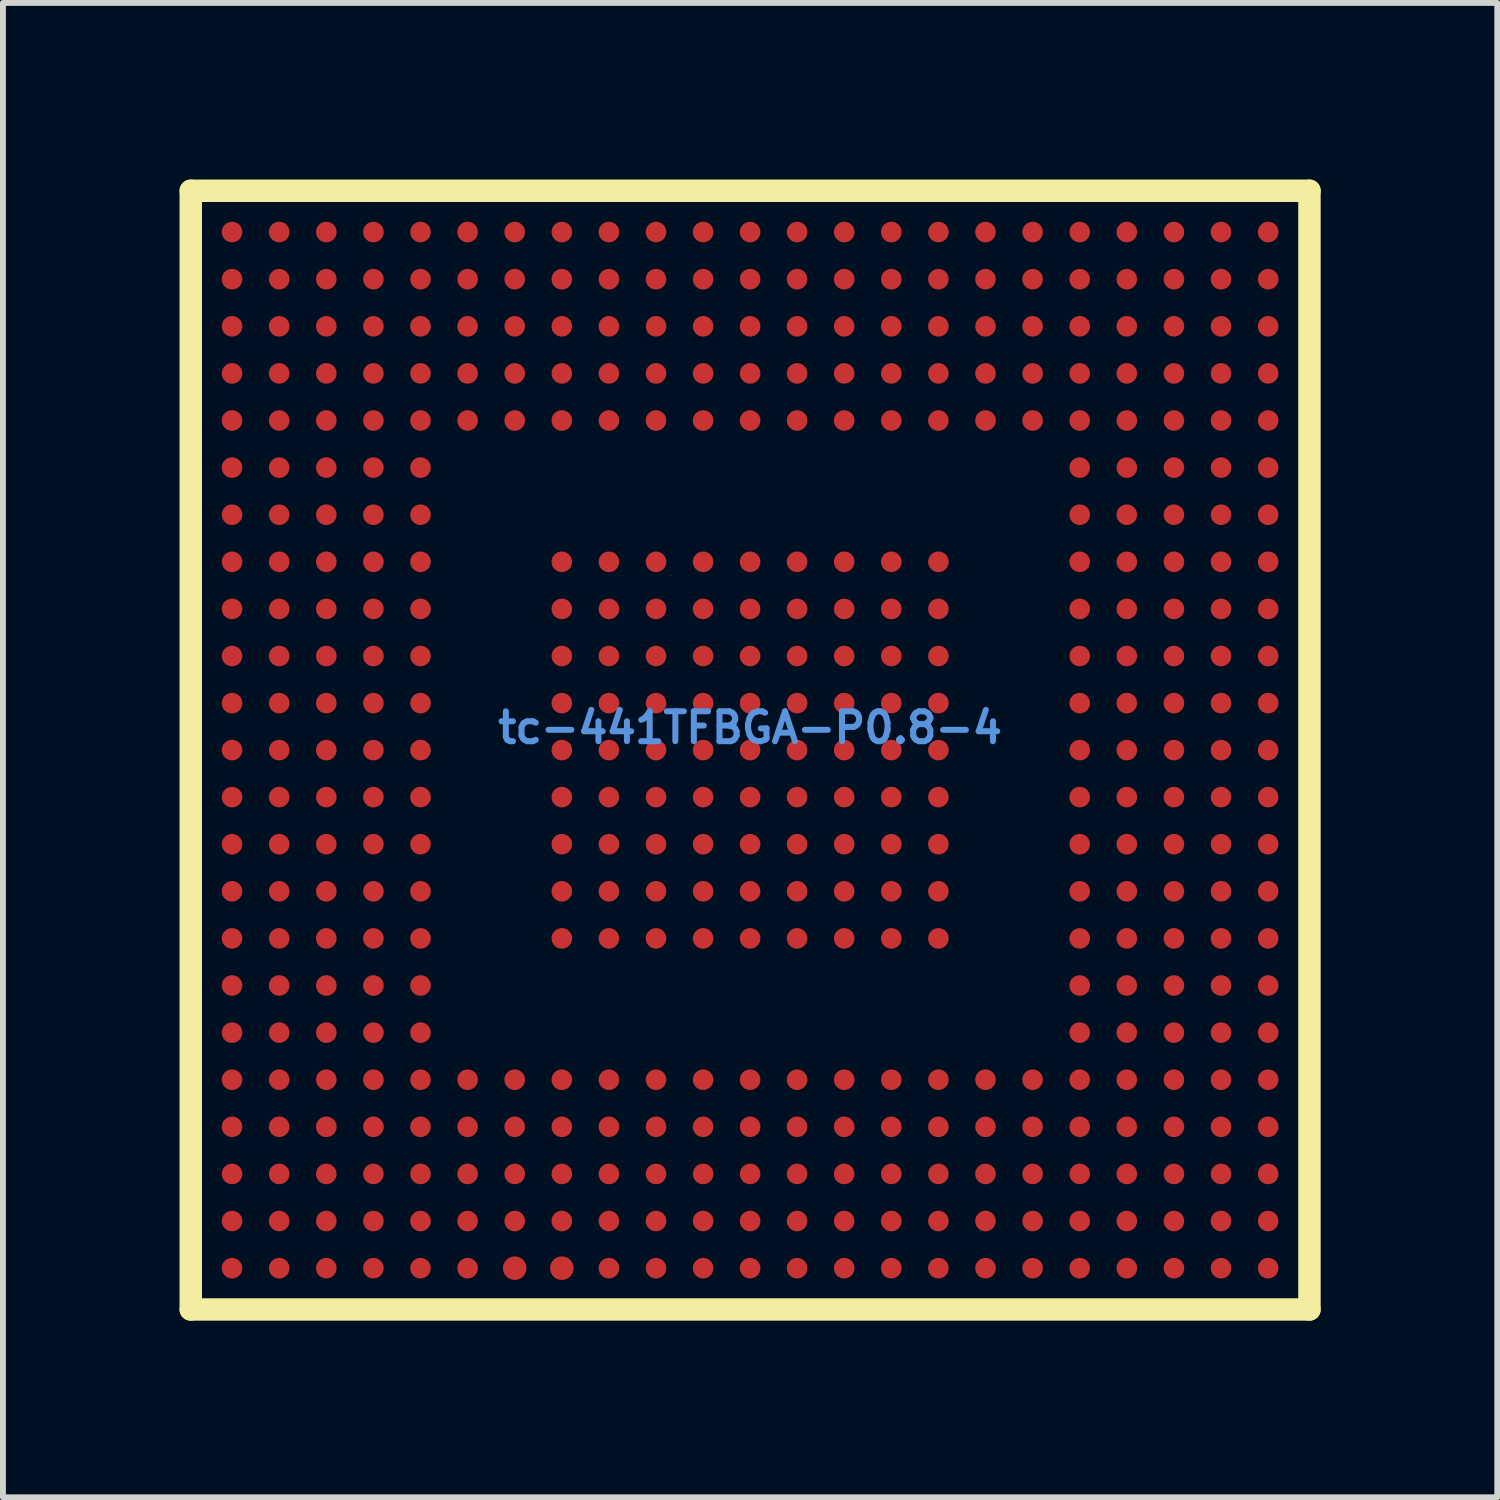
<source format=kicad_pcb>
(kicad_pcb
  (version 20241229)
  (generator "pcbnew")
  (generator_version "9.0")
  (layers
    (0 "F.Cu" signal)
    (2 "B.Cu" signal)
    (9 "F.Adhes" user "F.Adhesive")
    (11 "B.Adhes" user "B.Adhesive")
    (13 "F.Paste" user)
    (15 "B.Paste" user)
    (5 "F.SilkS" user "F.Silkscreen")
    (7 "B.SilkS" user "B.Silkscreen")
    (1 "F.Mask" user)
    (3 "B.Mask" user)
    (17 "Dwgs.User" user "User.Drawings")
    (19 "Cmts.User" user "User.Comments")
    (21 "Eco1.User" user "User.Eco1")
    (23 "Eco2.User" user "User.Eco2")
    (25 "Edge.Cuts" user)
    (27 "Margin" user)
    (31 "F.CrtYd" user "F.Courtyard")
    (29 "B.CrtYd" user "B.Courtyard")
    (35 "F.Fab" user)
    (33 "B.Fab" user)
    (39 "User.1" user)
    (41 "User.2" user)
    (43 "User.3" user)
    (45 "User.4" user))
  (footprint "tc-441TFBGA-P0.8-4"
    (layer "F.Cu")
    (at 9.69 9.69)
    (property "Reference" "tc-441TFBGA-P0.8-4" (at 0 -0.381 0) (layer "Cmts.User") (effects (font (size 0.508 0.508) (thickness 0.102))))
    (attr smd)
    (fp_line (start -9.5 -9.5) (end 9.5 -9.5) (stroke (width 0.381) (type solid)) (layer "F.SilkS"))
    (fp_line (start -9.5 9.5) (end -9.5 -9.5) (stroke (width 0.381) (type solid)) (layer "F.SilkS"))
    (fp_line (start 9.5 -9.5) (end 9.5 9.5) (stroke (width 0.381) (type solid)) (layer "F.SilkS"))
    (fp_line (start 9.5 9.5) (end -9.5 9.5) (stroke (width 0.381) (type solid)) (layer "F.SilkS"))
    (pad "A1" smd oval (at -8.799 -8.799) (size 0.35 0.35) (layers "F.Cu" "F.Mask" "F.Paste"))
    (pad "A2" smd oval (at -7.998 -8.799) (size 0.35 0.35) (layers "F.Cu" "F.Mask" "F.Paste"))
    (pad "A3" smd oval (at -7.198 -8.799) (size 0.35 0.35) (layers "F.Cu" "F.Mask" "F.Paste"))
    (pad "A4" smd oval (at -6.398 -8.799) (size 0.35 0.35) (layers "F.Cu" "F.Mask" "F.Paste"))
    (pad "A5" smd oval (at -5.598 -8.799) (size 0.35 0.35) (layers "F.Cu" "F.Mask" "F.Paste"))
    (pad "A6" smd oval (at -4.798 -8.799) (size 0.35 0.35) (layers "F.Cu" "F.Mask" "F.Paste"))
    (pad "A7" smd oval (at -3.998 -8.799) (size 0.35 0.35) (layers "F.Cu" "F.Mask" "F.Paste"))
    (pad "A8" smd oval (at -3.198 -8.799) (size 0.35 0.35) (layers "F.Cu" "F.Mask" "F.Paste"))
    (pad "A9" smd oval (at -2.398 -8.799) (size 0.35 0.35) (layers "F.Cu" "F.Mask" "F.Paste"))
    (pad "A10" smd oval (at -1.598 -8.799) (size 0.35 0.35) (layers "F.Cu" "F.Mask" "F.Paste"))
    (pad "A11" smd oval (at -0.798 -8.799) (size 0.35 0.35) (layers "F.Cu" "F.Mask" "F.Paste"))
    (pad "A12" smd oval (at 0 -8.799) (size 0.35 0.35) (layers "F.Cu" "F.Mask" "F.Paste"))
    (pad "A13" smd oval (at 0.798 -8.799) (size 0.35 0.35) (layers "F.Cu" "F.Mask" "F.Paste"))
    (pad "A14" smd oval (at 1.598 -8.799) (size 0.35 0.35) (layers "F.Cu" "F.Mask" "F.Paste"))
    (pad "A15" smd oval (at 2.398 -8.799) (size 0.35 0.35) (layers "F.Cu" "F.Mask" "F.Paste"))
    (pad "A16" smd oval (at 3.198 -8.799) (size 0.35 0.35) (layers "F.Cu" "F.Mask" "F.Paste"))
    (pad "A17" smd oval (at 3.998 -8.799) (size 0.35 0.35) (layers "F.Cu" "F.Mask" "F.Paste"))
    (pad "A18" smd oval (at 4.798 -8.799) (size 0.35 0.35) (layers "F.Cu" "F.Mask" "F.Paste"))
    (pad "A19" smd oval (at 5.598 -8.799) (size 0.35 0.35) (layers "F.Cu" "F.Mask" "F.Paste"))
    (pad "A20" smd oval (at 6.398 -8.799) (size 0.35 0.35) (layers "F.Cu" "F.Mask" "F.Paste"))
    (pad "A21" smd oval (at 7.198 -8.799) (size 0.35 0.35) (layers "F.Cu" "F.Mask" "F.Paste"))
    (pad "A22" smd oval (at 7.998 -8.799) (size 0.35 0.35) (layers "F.Cu" "F.Mask" "F.Paste"))
    (pad "A23" smd oval (at 8.799 -8.799) (size 0.35 0.35) (layers "F.Cu" "F.Mask" "F.Paste"))
    (pad "AA1" smd oval (at -8.799 7.198) (size 0.35 0.35) (layers "F.Cu" "F.Mask" "F.Paste"))
    (pad "AA2" smd oval (at -7.998 7.198) (size 0.35 0.35) (layers "F.Cu" "F.Mask" "F.Paste"))
    (pad "AA3" smd oval (at -7.198 7.198) (size 0.35 0.35) (layers "F.Cu" "F.Mask" "F.Paste"))
    (pad "AA4" smd oval (at -6.398 7.198) (size 0.35 0.35) (layers "F.Cu" "F.Mask" "F.Paste"))
    (pad "AA5" smd oval (at -5.598 7.198) (size 0.35 0.35) (layers "F.Cu" "F.Mask" "F.Paste"))
    (pad "AA6" smd oval (at -4.798 7.198) (size 0.35 0.35) (layers "F.Cu" "F.Mask" "F.Paste"))
    (pad "AA7" smd oval (at -3.998 7.198) (size 0.35 0.35) (layers "F.Cu" "F.Mask" "F.Paste"))
    (pad "AA8" smd oval (at -3.198 7.198) (size 0.35 0.35) (layers "F.Cu" "F.Mask" "F.Paste"))
    (pad "AA9" smd oval (at -2.398 7.198) (size 0.35 0.35) (layers "F.Cu" "F.Mask" "F.Paste"))
    (pad "AA10" smd oval (at -1.598 7.198) (size 0.35 0.35) (layers "F.Cu" "F.Mask" "F.Paste"))
    (pad "AA11" smd oval (at -0.798 7.198) (size 0.35 0.35) (layers "F.Cu" "F.Mask" "F.Paste"))
    (pad "AA12" smd oval (at 0 7.198) (size 0.35 0.35) (layers "F.Cu" "F.Mask" "F.Paste"))
    (pad "AA13" smd oval (at 0.798 7.198) (size 0.35 0.35) (layers "F.Cu" "F.Mask" "F.Paste"))
    (pad "AA14" smd oval (at 1.598 7.198) (size 0.35 0.35) (layers "F.Cu" "F.Mask" "F.Paste"))
    (pad "AA15" smd oval (at 2.398 7.198) (size 0.35 0.35) (layers "F.Cu" "F.Mask" "F.Paste"))
    (pad "AA16" smd oval (at 3.198 7.198) (size 0.35 0.35) (layers "F.Cu" "F.Mask" "F.Paste"))
    (pad "AA17" smd oval (at 3.998 7.198) (size 0.35 0.35) (layers "F.Cu" "F.Mask" "F.Paste"))
    (pad "AA18" smd oval (at 4.798 7.198) (size 0.35 0.35) (layers "F.Cu" "F.Mask" "F.Paste"))
    (pad "AA19" smd oval (at 5.598 7.198) (size 0.35 0.35) (layers "F.Cu" "F.Mask" "F.Paste"))
    (pad "AA20" smd oval (at 6.398 7.198) (size 0.35 0.35) (layers "F.Cu" "F.Mask" "F.Paste"))
    (pad "AA21" smd oval (at 7.198 7.198) (size 0.35 0.35) (layers "F.Cu" "F.Mask" "F.Paste"))
    (pad "AA22" smd oval (at 7.998 7.198) (size 0.35 0.35) (layers "F.Cu" "F.Mask" "F.Paste"))
    (pad "AA23" smd oval (at 8.799 7.198) (size 0.35 0.35) (layers "F.Cu" "F.Mask" "F.Paste"))
    (pad "AB1" smd oval (at -8.799 7.998) (size 0.35 0.35) (layers "F.Cu" "F.Mask" "F.Paste"))
    (pad "AB2" smd oval (at -7.998 7.998) (size 0.35 0.35) (layers "F.Cu" "F.Mask" "F.Paste"))
    (pad "AB3" smd oval (at -7.198 7.998) (size 0.35 0.35) (layers "F.Cu" "F.Mask" "F.Paste"))
    (pad "AB4" smd oval (at -6.398 7.998) (size 0.35 0.35) (layers "F.Cu" "F.Mask" "F.Paste"))
    (pad "AB5" smd oval (at -5.598 7.998) (size 0.35 0.35) (layers "F.Cu" "F.Mask" "F.Paste"))
    (pad "AB6" smd oval (at -4.798 7.998) (size 0.35 0.35) (layers "F.Cu" "F.Mask" "F.Paste"))
    (pad "AB7" smd oval (at -3.998 7.998) (size 0.35 0.35) (layers "F.Cu" "F.Mask" "F.Paste"))
    (pad "AB8" smd oval (at -3.198 7.998) (size 0.35 0.35) (layers "F.Cu" "F.Mask" "F.Paste"))
    (pad "AB9" smd oval (at -2.398 7.998) (size 0.35 0.35) (layers "F.Cu" "F.Mask" "F.Paste"))
    (pad "AB10" smd oval (at -1.598 7.998) (size 0.35 0.35) (layers "F.Cu" "F.Mask" "F.Paste"))
    (pad "AB11" smd oval (at -0.798 7.998) (size 0.35 0.35) (layers "F.Cu" "F.Mask" "F.Paste"))
    (pad "AB12" smd oval (at 0 7.998) (size 0.35 0.35) (layers "F.Cu" "F.Mask" "F.Paste"))
    (pad "AB13" smd oval (at 0.798 7.998) (size 0.35 0.35) (layers "F.Cu" "F.Mask" "F.Paste"))
    (pad "AB14" smd oval (at 1.598 7.998) (size 0.35 0.35) (layers "F.Cu" "F.Mask" "F.Paste"))
    (pad "AB15" smd oval (at 2.398 7.998) (size 0.35 0.35) (layers "F.Cu" "F.Mask" "F.Paste"))
    (pad "AB16" smd oval (at 3.198 7.998) (size 0.35 0.35) (layers "F.Cu" "F.Mask" "F.Paste"))
    (pad "AB17" smd oval (at 3.998 7.998) (size 0.35 0.35) (layers "F.Cu" "F.Mask" "F.Paste"))
    (pad "AB18" smd oval (at 4.798 7.998) (size 0.35 0.35) (layers "F.Cu" "F.Mask" "F.Paste"))
    (pad "AB19" smd oval (at 5.598 7.998) (size 0.35 0.35) (layers "F.Cu" "F.Mask" "F.Paste"))
    (pad "AB20" smd oval (at 6.398 7.998) (size 0.35 0.35) (layers "F.Cu" "F.Mask" "F.Paste"))
    (pad "AB21" smd oval (at 7.198 7.998) (size 0.35 0.35) (layers "F.Cu" "F.Mask" "F.Paste"))
    (pad "AB22" smd oval (at 7.998 7.998) (size 0.35 0.35) (layers "F.Cu" "F.Mask" "F.Paste"))
    (pad "AB23" smd oval (at 8.799 7.998) (size 0.35 0.35) (layers "F.Cu" "F.Mask" "F.Paste"))
    (pad "AC1" smd oval (at -8.799 8.799) (size 0.35 0.35) (layers "F.Cu" "F.Mask" "F.Paste"))
    (pad "AC2" smd oval (at -7.998 8.799) (size 0.35 0.35) (layers "F.Cu" "F.Mask" "F.Paste"))
    (pad "AC3" smd oval (at -7.198 8.799) (size 0.35 0.35) (layers "F.Cu" "F.Mask" "F.Paste"))
    (pad "AC4" smd oval (at -6.398 8.799) (size 0.35 0.35) (layers "F.Cu" "F.Mask" "F.Paste"))
    (pad "AC5" smd oval (at -5.598 8.799) (size 0.35 0.35) (layers "F.Cu" "F.Mask" "F.Paste"))
    (pad "AC6" smd oval (at -4.798 8.799) (size 0.35 0.35) (layers "F.Cu" "F.Mask" "F.Paste"))
    (pad "AC7" smd oval (at -3.998 8.799) (size 0.4 0.4) (layers "F.Cu" "F.Mask" "F.Paste"))
    (pad "AC8" smd oval (at -3.198 8.799) (size 0.4 0.4) (layers "F.Cu" "F.Mask" "F.Paste"))
    (pad "AC9" smd oval (at -2.398 8.799) (size 0.35 0.35) (layers "F.Cu" "F.Mask" "F.Paste"))
    (pad "AC10" smd oval (at -1.598 8.799) (size 0.35 0.35) (layers "F.Cu" "F.Mask" "F.Paste"))
    (pad "AC11" smd oval (at -0.798 8.799) (size 0.35 0.35) (layers "F.Cu" "F.Mask" "F.Paste"))
    (pad "AC12" smd oval (at 0 8.799) (size 0.35 0.35) (layers "F.Cu" "F.Mask" "F.Paste"))
    (pad "AC13" smd oval (at 0.798 8.799) (size 0.35 0.35) (layers "F.Cu" "F.Mask" "F.Paste"))
    (pad "AC14" smd oval (at 1.598 8.799) (size 0.35 0.35) (layers "F.Cu" "F.Mask" "F.Paste"))
    (pad "AC15" smd oval (at 2.398 8.799) (size 0.35 0.35) (layers "F.Cu" "F.Mask" "F.Paste"))
    (pad "AC16" smd oval (at 3.198 8.799) (size 0.35 0.35) (layers "F.Cu" "F.Mask" "F.Paste"))
    (pad "AC17" smd oval (at 3.998 8.799) (size 0.35 0.35) (layers "F.Cu" "F.Mask" "F.Paste"))
    (pad "AC18" smd oval (at 4.798 8.799) (size 0.35 0.35) (layers "F.Cu" "F.Mask" "F.Paste"))
    (pad "AC19" smd oval (at 5.598 8.799) (size 0.35 0.35) (layers "F.Cu" "F.Mask" "F.Paste"))
    (pad "AC20" smd oval (at 6.398 8.799) (size 0.35 0.35) (layers "F.Cu" "F.Mask" "F.Paste"))
    (pad "AC21" smd oval (at 7.198 8.799) (size 0.35 0.35) (layers "F.Cu" "F.Mask" "F.Paste"))
    (pad "AC22" smd oval (at 7.998 8.799) (size 0.35 0.35) (layers "F.Cu" "F.Mask" "F.Paste"))
    (pad "AC23" smd oval (at 8.799 8.799) (size 0.35 0.35) (layers "F.Cu" "F.Mask" "F.Paste"))
    (pad "B1" smd oval (at -8.799 -7.998) (size 0.35 0.35) (layers "F.Cu" "F.Mask" "F.Paste"))
    (pad "B2" smd oval (at -7.998 -7.998) (size 0.35 0.35) (layers "F.Cu" "F.Mask" "F.Paste"))
    (pad "B3" smd oval (at -7.198 -7.998) (size 0.35 0.35) (layers "F.Cu" "F.Mask" "F.Paste"))
    (pad "B4" smd oval (at -6.398 -7.998) (size 0.35 0.35) (layers "F.Cu" "F.Mask" "F.Paste"))
    (pad "B5" smd oval (at -5.598 -7.998) (size 0.35 0.35) (layers "F.Cu" "F.Mask" "F.Paste"))
    (pad "B6" smd oval (at -4.798 -7.998) (size 0.35 0.35) (layers "F.Cu" "F.Mask" "F.Paste"))
    (pad "B7" smd oval (at -3.998 -7.998) (size 0.35 0.35) (layers "F.Cu" "F.Mask" "F.Paste"))
    (pad "B8" smd oval (at -3.198 -7.998) (size 0.35 0.35) (layers "F.Cu" "F.Mask" "F.Paste"))
    (pad "B9" smd oval (at -2.398 -7.998) (size 0.35 0.35) (layers "F.Cu" "F.Mask" "F.Paste"))
    (pad "B10" smd oval (at -1.598 -7.998) (size 0.35 0.35) (layers "F.Cu" "F.Mask" "F.Paste"))
    (pad "B11" smd oval (at -0.798 -7.998) (size 0.35 0.35) (layers "F.Cu" "F.Mask" "F.Paste"))
    (pad "B12" smd oval (at 0 -7.998) (size 0.35 0.35) (layers "F.Cu" "F.Mask" "F.Paste"))
    (pad "B13" smd oval (at 0.798 -7.998) (size 0.35 0.35) (layers "F.Cu" "F.Mask" "F.Paste"))
    (pad "B14" smd oval (at 1.598 -7.998) (size 0.35 0.35) (layers "F.Cu" "F.Mask" "F.Paste"))
    (pad "B15" smd oval (at 2.398 -7.998) (size 0.35 0.35) (layers "F.Cu" "F.Mask" "F.Paste"))
    (pad "B16" smd oval (at 3.198 -7.998) (size 0.35 0.35) (layers "F.Cu" "F.Mask" "F.Paste"))
    (pad "B17" smd oval (at 3.998 -7.998) (size 0.35 0.35) (layers "F.Cu" "F.Mask" "F.Paste"))
    (pad "B18" smd oval (at 4.798 -7.998) (size 0.35 0.35) (layers "F.Cu" "F.Mask" "F.Paste"))
    (pad "B19" smd oval (at 5.598 -7.998) (size 0.35 0.35) (layers "F.Cu" "F.Mask" "F.Paste"))
    (pad "B20" smd oval (at 6.398 -7.998) (size 0.35 0.35) (layers "F.Cu" "F.Mask" "F.Paste"))
    (pad "B21" smd oval (at 7.198 -7.998) (size 0.35 0.35) (layers "F.Cu" "F.Mask" "F.Paste"))
    (pad "B22" smd oval (at 7.998 -7.998) (size 0.35 0.35) (layers "F.Cu" "F.Mask" "F.Paste"))
    (pad "B23" smd oval (at 8.799 -7.998) (size 0.35 0.35) (layers "F.Cu" "F.Mask" "F.Paste"))
    (pad "C1" smd oval (at -8.799 -7.198) (size 0.35 0.35) (layers "F.Cu" "F.Mask" "F.Paste"))
    (pad "C2" smd oval (at -7.998 -7.198) (size 0.35 0.35) (layers "F.Cu" "F.Mask" "F.Paste"))
    (pad "C3" smd oval (at -7.198 -7.198) (size 0.35 0.35) (layers "F.Cu" "F.Mask" "F.Paste"))
    (pad "C4" smd oval (at -6.398 -7.198) (size 0.35 0.35) (layers "F.Cu" "F.Mask" "F.Paste"))
    (pad "C5" smd oval (at -5.598 -7.198) (size 0.35 0.35) (layers "F.Cu" "F.Mask" "F.Paste"))
    (pad "C6" smd oval (at -4.798 -7.198) (size 0.35 0.35) (layers "F.Cu" "F.Mask" "F.Paste"))
    (pad "C7" smd oval (at -3.998 -7.198) (size 0.35 0.35) (layers "F.Cu" "F.Mask" "F.Paste"))
    (pad "C8" smd oval (at -3.198 -7.198) (size 0.35 0.35) (layers "F.Cu" "F.Mask" "F.Paste"))
    (pad "C9" smd oval (at -2.398 -7.198) (size 0.35 0.35) (layers "F.Cu" "F.Mask" "F.Paste"))
    (pad "C10" smd oval (at -1.598 -7.198) (size 0.35 0.35) (layers "F.Cu" "F.Mask" "F.Paste"))
    (pad "C11" smd oval (at -0.798 -7.198) (size 0.35 0.35) (layers "F.Cu" "F.Mask" "F.Paste"))
    (pad "C12" smd oval (at 0 -7.198) (size 0.35 0.35) (layers "F.Cu" "F.Mask" "F.Paste"))
    (pad "C13" smd oval (at 0.798 -7.198) (size 0.35 0.35) (layers "F.Cu" "F.Mask" "F.Paste"))
    (pad "C14" smd oval (at 1.598 -7.198) (size 0.35 0.35) (layers "F.Cu" "F.Mask" "F.Paste"))
    (pad "C15" smd oval (at 2.398 -7.198) (size 0.35 0.35) (layers "F.Cu" "F.Mask" "F.Paste"))
    (pad "C16" smd oval (at 3.198 -7.198) (size 0.35 0.35) (layers "F.Cu" "F.Mask" "F.Paste"))
    (pad "C17" smd oval (at 3.998 -7.198) (size 0.35 0.35) (layers "F.Cu" "F.Mask" "F.Paste"))
    (pad "C18" smd oval (at 4.798 -7.198) (size 0.35 0.35) (layers "F.Cu" "F.Mask" "F.Paste"))
    (pad "C19" smd oval (at 5.598 -7.198) (size 0.35 0.35) (layers "F.Cu" "F.Mask" "F.Paste"))
    (pad "C20" smd oval (at 6.398 -7.198) (size 0.35 0.35) (layers "F.Cu" "F.Mask" "F.Paste"))
    (pad "C21" smd oval (at 7.198 -7.198) (size 0.35 0.35) (layers "F.Cu" "F.Mask" "F.Paste"))
    (pad "C22" smd oval (at 7.998 -7.198) (size 0.35 0.35) (layers "F.Cu" "F.Mask" "F.Paste"))
    (pad "C23" smd oval (at 8.799 -7.198) (size 0.35 0.35) (layers "F.Cu" "F.Mask" "F.Paste"))
    (pad "D1" smd oval (at -8.799 -6.398) (size 0.35 0.35) (layers "F.Cu" "F.Mask" "F.Paste"))
    (pad "D2" smd oval (at -7.998 -6.398) (size 0.35 0.35) (layers "F.Cu" "F.Mask" "F.Paste"))
    (pad "D3" smd oval (at -7.198 -6.398) (size 0.35 0.35) (layers "F.Cu" "F.Mask" "F.Paste"))
    (pad "D4" smd oval (at -6.398 -6.398) (size 0.35 0.35) (layers "F.Cu" "F.Mask" "F.Paste"))
    (pad "D5" smd oval (at -5.598 -6.398) (size 0.35 0.35) (layers "F.Cu" "F.Mask" "F.Paste"))
    (pad "D6" smd oval (at -4.798 -6.398) (size 0.35 0.35) (layers "F.Cu" "F.Mask" "F.Paste"))
    (pad "D7" smd oval (at -3.998 -6.398) (size 0.35 0.35) (layers "F.Cu" "F.Mask" "F.Paste"))
    (pad "D8" smd oval (at -3.198 -6.398) (size 0.35 0.35) (layers "F.Cu" "F.Mask" "F.Paste"))
    (pad "D9" smd oval (at -2.398 -6.398) (size 0.35 0.35) (layers "F.Cu" "F.Mask" "F.Paste"))
    (pad "D10" smd oval (at -1.598 -6.398) (size 0.35 0.35) (layers "F.Cu" "F.Mask" "F.Paste"))
    (pad "D11" smd oval (at -0.798 -6.398) (size 0.35 0.35) (layers "F.Cu" "F.Mask" "F.Paste"))
    (pad "D12" smd oval (at 0 -6.398) (size 0.35 0.35) (layers "F.Cu" "F.Mask" "F.Paste"))
    (pad "D13" smd oval (at 0.798 -6.398) (size 0.35 0.35) (layers "F.Cu" "F.Mask" "F.Paste"))
    (pad "D14" smd oval (at 1.598 -6.398) (size 0.35 0.35) (layers "F.Cu" "F.Mask" "F.Paste"))
    (pad "D15" smd oval (at 2.398 -6.398) (size 0.35 0.35) (layers "F.Cu" "F.Mask" "F.Paste"))
    (pad "D16" smd oval (at 3.198 -6.398) (size 0.35 0.35) (layers "F.Cu" "F.Mask" "F.Paste"))
    (pad "D17" smd oval (at 3.998 -6.398) (size 0.35 0.35) (layers "F.Cu" "F.Mask" "F.Paste"))
    (pad "D18" smd oval (at 4.798 -6.398) (size 0.35 0.35) (layers "F.Cu" "F.Mask" "F.Paste"))
    (pad "D19" smd oval (at 5.598 -6.398) (size 0.35 0.35) (layers "F.Cu" "F.Mask" "F.Paste"))
    (pad "D20" smd oval (at 6.398 -6.398) (size 0.35 0.35) (layers "F.Cu" "F.Mask" "F.Paste"))
    (pad "D21" smd oval (at 7.198 -6.398) (size 0.35 0.35) (layers "F.Cu" "F.Mask" "F.Paste"))
    (pad "D22" smd oval (at 7.998 -6.398) (size 0.35 0.35) (layers "F.Cu" "F.Mask" "F.Paste"))
    (pad "D23" smd oval (at 8.799 -6.398) (size 0.35 0.35) (layers "F.Cu" "F.Mask" "F.Paste"))
    (pad "E1" smd oval (at -8.799 -5.598) (size 0.35 0.35) (layers "F.Cu" "F.Mask" "F.Paste"))
    (pad "E2" smd oval (at -7.998 -5.598) (size 0.35 0.35) (layers "F.Cu" "F.Mask" "F.Paste"))
    (pad "E3" smd oval (at -7.198 -5.598) (size 0.35 0.35) (layers "F.Cu" "F.Mask" "F.Paste"))
    (pad "E4" smd oval (at -6.398 -5.598) (size 0.35 0.35) (layers "F.Cu" "F.Mask" "F.Paste"))
    (pad "E5" smd oval (at -5.598 -5.598) (size 0.35 0.35) (layers "F.Cu" "F.Mask" "F.Paste"))
    (pad "E6" smd oval (at -4.798 -5.598) (size 0.35 0.35) (layers "F.Cu" "F.Mask" "F.Paste"))
    (pad "E7" smd oval (at -3.998 -5.598) (size 0.35 0.35) (layers "F.Cu" "F.Mask" "F.Paste"))
    (pad "E8" smd oval (at -3.198 -5.598) (size 0.35 0.35) (layers "F.Cu" "F.Mask" "F.Paste"))
    (pad "E9" smd oval (at -2.398 -5.598) (size 0.35 0.35) (layers "F.Cu" "F.Mask" "F.Paste"))
    (pad "E10" smd oval (at -1.598 -5.598) (size 0.35 0.35) (layers "F.Cu" "F.Mask" "F.Paste"))
    (pad "E11" smd oval (at -0.798 -5.598) (size 0.35 0.35) (layers "F.Cu" "F.Mask" "F.Paste"))
    (pad "E12" smd oval (at 0 -5.598) (size 0.35 0.35) (layers "F.Cu" "F.Mask" "F.Paste"))
    (pad "E13" smd oval (at 0.798 -5.598) (size 0.35 0.35) (layers "F.Cu" "F.Mask" "F.Paste"))
    (pad "E14" smd oval (at 1.598 -5.598) (size 0.35 0.35) (layers "F.Cu" "F.Mask" "F.Paste"))
    (pad "E15" smd oval (at 2.398 -5.598) (size 0.35 0.35) (layers "F.Cu" "F.Mask" "F.Paste"))
    (pad "E16" smd oval (at 3.198 -5.598) (size 0.35 0.35) (layers "F.Cu" "F.Mask" "F.Paste"))
    (pad "E17" smd oval (at 3.998 -5.598) (size 0.35 0.35) (layers "F.Cu" "F.Mask" "F.Paste"))
    (pad "E18" smd oval (at 4.798 -5.598) (size 0.35 0.35) (layers "F.Cu" "F.Mask" "F.Paste"))
    (pad "E19" smd oval (at 5.598 -5.598) (size 0.35 0.35) (layers "F.Cu" "F.Mask" "F.Paste"))
    (pad "E20" smd oval (at 6.398 -5.598) (size 0.35 0.35) (layers "F.Cu" "F.Mask" "F.Paste"))
    (pad "E21" smd oval (at 7.198 -5.598) (size 0.35 0.35) (layers "F.Cu" "F.Mask" "F.Paste"))
    (pad "E22" smd oval (at 7.998 -5.598) (size 0.35 0.35) (layers "F.Cu" "F.Mask" "F.Paste"))
    (pad "E23" smd oval (at 8.799 -5.598) (size 0.35 0.35) (layers "F.Cu" "F.Mask" "F.Paste"))
    (pad "F1" smd oval (at -8.799 -4.798) (size 0.35 0.35) (layers "F.Cu" "F.Mask" "F.Paste"))
    (pad "F2" smd oval (at -7.998 -4.798) (size 0.35 0.35) (layers "F.Cu" "F.Mask" "F.Paste"))
    (pad "F3" smd oval (at -7.198 -4.798) (size 0.35 0.35) (layers "F.Cu" "F.Mask" "F.Paste"))
    (pad "F4" smd oval (at -6.398 -4.798) (size 0.35 0.35) (layers "F.Cu" "F.Mask" "F.Paste"))
    (pad "F5" smd oval (at -5.598 -4.798) (size 0.35 0.35) (layers "F.Cu" "F.Mask" "F.Paste"))
    (pad "F19" smd oval (at 5.598 -4.798) (size 0.35 0.35) (layers "F.Cu" "F.Mask" "F.Paste"))
    (pad "F20" smd oval (at 6.398 -4.798) (size 0.35 0.35) (layers "F.Cu" "F.Mask" "F.Paste"))
    (pad "F21" smd oval (at 7.198 -4.798) (size 0.35 0.35) (layers "F.Cu" "F.Mask" "F.Paste"))
    (pad "F22" smd oval (at 7.998 -4.798) (size 0.35 0.35) (layers "F.Cu" "F.Mask" "F.Paste"))
    (pad "F23" smd oval (at 8.799 -4.798) (size 0.35 0.35) (layers "F.Cu" "F.Mask" "F.Paste"))
    (pad "G1" smd oval (at -8.799 -3.998) (size 0.35 0.35) (layers "F.Cu" "F.Mask" "F.Paste"))
    (pad "G2" smd oval (at -7.998 -3.998) (size 0.35 0.35) (layers "F.Cu" "F.Mask" "F.Paste"))
    (pad "G3" smd oval (at -7.198 -3.998) (size 0.35 0.35) (layers "F.Cu" "F.Mask" "F.Paste"))
    (pad "G4" smd oval (at -6.398 -3.998) (size 0.35 0.35) (layers "F.Cu" "F.Mask" "F.Paste"))
    (pad "G5" smd oval (at -5.598 -3.998) (size 0.35 0.35) (layers "F.Cu" "F.Mask" "F.Paste"))
    (pad "G19" smd oval (at 5.598 -3.998) (size 0.35 0.35) (layers "F.Cu" "F.Mask" "F.Paste"))
    (pad "G20" smd oval (at 6.398 -3.998) (size 0.35 0.35) (layers "F.Cu" "F.Mask" "F.Paste"))
    (pad "G21" smd oval (at 7.198 -3.998) (size 0.35 0.35) (layers "F.Cu" "F.Mask" "F.Paste"))
    (pad "G22" smd oval (at 7.998 -3.998) (size 0.35 0.35) (layers "F.Cu" "F.Mask" "F.Paste"))
    (pad "G23" smd oval (at 8.799 -3.998) (size 0.35 0.35) (layers "F.Cu" "F.Mask" "F.Paste"))
    (pad "H1" smd oval (at -8.799 -3.198) (size 0.35 0.35) (layers "F.Cu" "F.Mask" "F.Paste"))
    (pad "H2" smd oval (at -7.998 -3.198) (size 0.35 0.35) (layers "F.Cu" "F.Mask" "F.Paste"))
    (pad "H3" smd oval (at -7.198 -3.198) (size 0.35 0.35) (layers "F.Cu" "F.Mask" "F.Paste"))
    (pad "H4" smd oval (at -6.398 -3.198) (size 0.35 0.35) (layers "F.Cu" "F.Mask" "F.Paste"))
    (pad "H5" smd oval (at -5.598 -3.198) (size 0.35 0.35) (layers "F.Cu" "F.Mask" "F.Paste"))
    (pad "H8" smd oval (at -3.198 -3.198) (size 0.35 0.35) (layers "F.Cu" "F.Mask" "F.Paste"))
    (pad "H9" smd oval (at -2.398 -3.198) (size 0.35 0.35) (layers "F.Cu" "F.Mask" "F.Paste"))
    (pad "H10" smd oval (at -1.598 -3.198) (size 0.35 0.35) (layers "F.Cu" "F.Mask" "F.Paste"))
    (pad "H11" smd oval (at -0.798 -3.198) (size 0.35 0.35) (layers "F.Cu" "F.Mask" "F.Paste"))
    (pad "H12" smd oval (at 0 -3.198) (size 0.35 0.35) (layers "F.Cu" "F.Mask" "F.Paste"))
    (pad "H13" smd oval (at 0.798 -3.198) (size 0.35 0.35) (layers "F.Cu" "F.Mask" "F.Paste"))
    (pad "H14" smd oval (at 1.598 -3.198) (size 0.35 0.35) (layers "F.Cu" "F.Mask" "F.Paste"))
    (pad "H15" smd oval (at 2.398 -3.198) (size 0.35 0.35) (layers "F.Cu" "F.Mask" "F.Paste"))
    (pad "H16" smd oval (at 3.198 -3.198) (size 0.35 0.35) (layers "F.Cu" "F.Mask" "F.Paste"))
    (pad "H19" smd oval (at 5.598 -3.198) (size 0.35 0.35) (layers "F.Cu" "F.Mask" "F.Paste"))
    (pad "H20" smd oval (at 6.398 -3.198) (size 0.35 0.35) (layers "F.Cu" "F.Mask" "F.Paste"))
    (pad "H21" smd oval (at 7.198 -3.198) (size 0.35 0.35) (layers "F.Cu" "F.Mask" "F.Paste"))
    (pad "H22" smd oval (at 7.998 -3.198) (size 0.35 0.35) (layers "F.Cu" "F.Mask" "F.Paste"))
    (pad "H23" smd oval (at 8.799 -3.198) (size 0.35 0.35) (layers "F.Cu" "F.Mask" "F.Paste"))
    (pad "J1" smd oval (at -8.799 -2.398) (size 0.35 0.35) (layers "F.Cu" "F.Mask" "F.Paste"))
    (pad "J2" smd oval (at -7.998 -2.398) (size 0.35 0.35) (layers "F.Cu" "F.Mask" "F.Paste"))
    (pad "J3" smd oval (at -7.198 -2.398) (size 0.35 0.35) (layers "F.Cu" "F.Mask" "F.Paste"))
    (pad "J4" smd oval (at -6.398 -2.398) (size 0.35 0.35) (layers "F.Cu" "F.Mask" "F.Paste"))
    (pad "J5" smd oval (at -5.598 -2.398) (size 0.35 0.35) (layers "F.Cu" "F.Mask" "F.Paste"))
    (pad "J8" smd oval (at -3.198 -2.398) (size 0.35 0.35) (layers "F.Cu" "F.Mask" "F.Paste"))
    (pad "J9" smd oval (at -2.398 -2.398) (size 0.35 0.35) (layers "F.Cu" "F.Mask" "F.Paste"))
    (pad "J10" smd oval (at -1.598 -2.398) (size 0.35 0.35) (layers "F.Cu" "F.Mask" "F.Paste"))
    (pad "J11" smd oval (at -0.798 -2.398) (size 0.35 0.35) (layers "F.Cu" "F.Mask" "F.Paste"))
    (pad "J12" smd oval (at 0 -2.398) (size 0.35 0.35) (layers "F.Cu" "F.Mask" "F.Paste"))
    (pad "J13" smd oval (at 0.798 -2.398) (size 0.35 0.35) (layers "F.Cu" "F.Mask" "F.Paste"))
    (pad "J14" smd oval (at 1.598 -2.398) (size 0.35 0.35) (layers "F.Cu" "F.Mask" "F.Paste"))
    (pad "J15" smd oval (at 2.398 -2.398) (size 0.35 0.35) (layers "F.Cu" "F.Mask" "F.Paste"))
    (pad "J16" smd oval (at 3.198 -2.398) (size 0.35 0.35) (layers "F.Cu" "F.Mask" "F.Paste"))
    (pad "J19" smd oval (at 5.598 -2.398) (size 0.35 0.35) (layers "F.Cu" "F.Mask" "F.Paste"))
    (pad "J20" smd oval (at 6.398 -2.398) (size 0.35 0.35) (layers "F.Cu" "F.Mask" "F.Paste"))
    (pad "J21" smd oval (at 7.198 -2.398) (size 0.35 0.35) (layers "F.Cu" "F.Mask" "F.Paste"))
    (pad "J22" smd oval (at 7.998 -2.398) (size 0.35 0.35) (layers "F.Cu" "F.Mask" "F.Paste"))
    (pad "J23" smd oval (at 8.799 -2.398) (size 0.35 0.35) (layers "F.Cu" "F.Mask" "F.Paste"))
    (pad "K1" smd oval (at -8.799 -1.598) (size 0.35 0.35) (layers "F.Cu" "F.Mask" "F.Paste"))
    (pad "K2" smd oval (at -7.998 -1.598) (size 0.35 0.35) (layers "F.Cu" "F.Mask" "F.Paste"))
    (pad "K3" smd oval (at -7.198 -1.598) (size 0.35 0.35) (layers "F.Cu" "F.Mask" "F.Paste"))
    (pad "K4" smd oval (at -6.398 -1.598) (size 0.35 0.35) (layers "F.Cu" "F.Mask" "F.Paste"))
    (pad "K5" smd oval (at -5.598 -1.598) (size 0.35 0.35) (layers "F.Cu" "F.Mask" "F.Paste"))
    (pad "K8" smd oval (at -3.198 -1.598) (size 0.35 0.35) (layers "F.Cu" "F.Mask" "F.Paste"))
    (pad "K9" smd oval (at -2.398 -1.598) (size 0.35 0.35) (layers "F.Cu" "F.Mask" "F.Paste"))
    (pad "K10" smd oval (at -1.598 -1.598) (size 0.35 0.35) (layers "F.Cu" "F.Mask" "F.Paste"))
    (pad "K11" smd oval (at -0.798 -1.598) (size 0.35 0.35) (layers "F.Cu" "F.Mask" "F.Paste"))
    (pad "K12" smd oval (at 0 -1.598) (size 0.35 0.35) (layers "F.Cu" "F.Mask" "F.Paste"))
    (pad "K13" smd oval (at 0.798 -1.598) (size 0.35 0.35) (layers "F.Cu" "F.Mask" "F.Paste"))
    (pad "K14" smd oval (at 1.598 -1.598) (size 0.35 0.35) (layers "F.Cu" "F.Mask" "F.Paste"))
    (pad "K15" smd oval (at 2.398 -1.598) (size 0.35 0.35) (layers "F.Cu" "F.Mask" "F.Paste"))
    (pad "K16" smd oval (at 3.198 -1.598) (size 0.35 0.35) (layers "F.Cu" "F.Mask" "F.Paste"))
    (pad "K19" smd oval (at 5.598 -1.598) (size 0.35 0.35) (layers "F.Cu" "F.Mask" "F.Paste"))
    (pad "K20" smd oval (at 6.398 -1.598) (size 0.35 0.35) (layers "F.Cu" "F.Mask" "F.Paste"))
    (pad "K21" smd oval (at 7.198 -1.598) (size 0.35 0.35) (layers "F.Cu" "F.Mask" "F.Paste"))
    (pad "K22" smd oval (at 7.998 -1.598) (size 0.35 0.35) (layers "F.Cu" "F.Mask" "F.Paste"))
    (pad "K23" smd oval (at 8.799 -1.598) (size 0.35 0.35) (layers "F.Cu" "F.Mask" "F.Paste"))
    (pad "L1" smd oval (at -8.799 -0.798) (size 0.35 0.35) (layers "F.Cu" "F.Mask" "F.Paste"))
    (pad "L2" smd oval (at -7.998 -0.798) (size 0.35 0.35) (layers "F.Cu" "F.Mask" "F.Paste"))
    (pad "L3" smd oval (at -7.198 -0.798) (size 0.35 0.35) (layers "F.Cu" "F.Mask" "F.Paste"))
    (pad "L4" smd oval (at -6.398 -0.798) (size 0.35 0.35) (layers "F.Cu" "F.Mask" "F.Paste"))
    (pad "L5" smd oval (at -5.598 -0.798) (size 0.35 0.35) (layers "F.Cu" "F.Mask" "F.Paste"))
    (pad "L8" smd oval (at -3.198 -0.798) (size 0.35 0.35) (layers "F.Cu" "F.Mask" "F.Paste"))
    (pad "L9" smd oval (at -2.398 -0.798) (size 0.35 0.35) (layers "F.Cu" "F.Mask" "F.Paste"))
    (pad "L10" smd oval (at -1.598 -0.798) (size 0.35 0.35) (layers "F.Cu" "F.Mask" "F.Paste"))
    (pad "L11" smd oval (at -0.798 -0.798) (size 0.35 0.35) (layers "F.Cu" "F.Mask" "F.Paste"))
    (pad "L12" smd oval (at 0 -0.798) (size 0.35 0.35) (layers "F.Cu" "F.Mask" "F.Paste"))
    (pad "L13" smd oval (at 0.798 -0.798) (size 0.35 0.35) (layers "F.Cu" "F.Mask" "F.Paste"))
    (pad "L14" smd oval (at 1.598 -0.798) (size 0.35 0.35) (layers "F.Cu" "F.Mask" "F.Paste"))
    (pad "L15" smd oval (at 2.398 -0.798) (size 0.35 0.35) (layers "F.Cu" "F.Mask" "F.Paste"))
    (pad "L16" smd oval (at 3.198 -0.798) (size 0.35 0.35) (layers "F.Cu" "F.Mask" "F.Paste"))
    (pad "L19" smd oval (at 5.598 -0.798) (size 0.35 0.35) (layers "F.Cu" "F.Mask" "F.Paste"))
    (pad "L20" smd oval (at 6.398 -0.798) (size 0.35 0.35) (layers "F.Cu" "F.Mask" "F.Paste"))
    (pad "L21" smd oval (at 7.198 -0.798) (size 0.35 0.35) (layers "F.Cu" "F.Mask" "F.Paste"))
    (pad "L22" smd oval (at 7.998 -0.798) (size 0.35 0.35) (layers "F.Cu" "F.Mask" "F.Paste"))
    (pad "L23" smd oval (at 8.799 -0.798) (size 0.35 0.35) (layers "F.Cu" "F.Mask" "F.Paste"))
    (pad "M1" smd oval (at -8.799 0) (size 0.35 0.35) (layers "F.Cu" "F.Mask" "F.Paste"))
    (pad "M2" smd oval (at -7.998 0) (size 0.35 0.35) (layers "F.Cu" "F.Mask" "F.Paste"))
    (pad "M3" smd oval (at -7.198 0) (size 0.35 0.35) (layers "F.Cu" "F.Mask" "F.Paste"))
    (pad "M4" smd oval (at -6.398 0) (size 0.35 0.35) (layers "F.Cu" "F.Mask" "F.Paste"))
    (pad "M5" smd oval (at -5.598 0) (size 0.35 0.35) (layers "F.Cu" "F.Mask" "F.Paste"))
    (pad "M8" smd oval (at -3.198 0) (size 0.35 0.35) (layers "F.Cu" "F.Mask" "F.Paste"))
    (pad "M9" smd oval (at -2.398 0) (size 0.35 0.35) (layers "F.Cu" "F.Mask" "F.Paste"))
    (pad "M10" smd oval (at -1.598 0) (size 0.35 0.35) (layers "F.Cu" "F.Mask" "F.Paste"))
    (pad "M11" smd oval (at -0.798 0) (size 0.35 0.35) (layers "F.Cu" "F.Mask" "F.Paste"))
    (pad "M12" smd oval (at 0 0) (size 0.35 0.35) (layers "F.Cu" "F.Mask" "F.Paste"))
    (pad "M13" smd oval (at 0.798 0) (size 0.35 0.35) (layers "F.Cu" "F.Mask" "F.Paste"))
    (pad "M14" smd oval (at 1.598 0) (size 0.35 0.35) (layers "F.Cu" "F.Mask" "F.Paste"))
    (pad "M15" smd oval (at 2.398 0) (size 0.35 0.35) (layers "F.Cu" "F.Mask" "F.Paste"))
    (pad "M16" smd oval (at 3.198 0) (size 0.35 0.35) (layers "F.Cu" "F.Mask" "F.Paste"))
    (pad "M19" smd oval (at 5.598 0) (size 0.35 0.35) (layers "F.Cu" "F.Mask" "F.Paste"))
    (pad "M20" smd oval (at 6.398 0) (size 0.35 0.35) (layers "F.Cu" "F.Mask" "F.Paste"))
    (pad "M21" smd oval (at 7.198 0) (size 0.35 0.35) (layers "F.Cu" "F.Mask" "F.Paste"))
    (pad "M22" smd oval (at 7.998 0) (size 0.35 0.35) (layers "F.Cu" "F.Mask" "F.Paste"))
    (pad "M23" smd oval (at 8.799 0) (size 0.35 0.35) (layers "F.Cu" "F.Mask" "F.Paste"))
    (pad "N1" smd oval (at -8.799 0.798) (size 0.35 0.35) (layers "F.Cu" "F.Mask" "F.Paste"))
    (pad "N2" smd oval (at -7.998 0.798) (size 0.35 0.35) (layers "F.Cu" "F.Mask" "F.Paste"))
    (pad "N3" smd oval (at -7.198 0.798) (size 0.35 0.35) (layers "F.Cu" "F.Mask" "F.Paste"))
    (pad "N4" smd oval (at -6.398 0.798) (size 0.35 0.35) (layers "F.Cu" "F.Mask" "F.Paste"))
    (pad "N5" smd oval (at -5.598 0.798) (size 0.35 0.35) (layers "F.Cu" "F.Mask" "F.Paste"))
    (pad "N8" smd oval (at -3.198 0.798) (size 0.35 0.35) (layers "F.Cu" "F.Mask" "F.Paste"))
    (pad "N9" smd oval (at -2.398 0.798) (size 0.35 0.35) (layers "F.Cu" "F.Mask" "F.Paste"))
    (pad "N10" smd oval (at -1.598 0.798) (size 0.35 0.35) (layers "F.Cu" "F.Mask" "F.Paste"))
    (pad "N11" smd oval (at -0.798 0.798) (size 0.35 0.35) (layers "F.Cu" "F.Mask" "F.Paste"))
    (pad "N12" smd oval (at 0 0.798) (size 0.35 0.35) (layers "F.Cu" "F.Mask" "F.Paste"))
    (pad "N13" smd oval (at 0.798 0.798) (size 0.35 0.35) (layers "F.Cu" "F.Mask" "F.Paste"))
    (pad "N14" smd oval (at 1.598 0.798) (size 0.35 0.35) (layers "F.Cu" "F.Mask" "F.Paste"))
    (pad "N15" smd oval (at 2.398 0.798) (size 0.35 0.35) (layers "F.Cu" "F.Mask" "F.Paste"))
    (pad "N16" smd oval (at 3.198 0.798) (size 0.35 0.35) (layers "F.Cu" "F.Mask" "F.Paste"))
    (pad "N19" smd oval (at 5.598 0.798) (size 0.35 0.35) (layers "F.Cu" "F.Mask" "F.Paste"))
    (pad "N20" smd oval (at 6.398 0.798) (size 0.35 0.35) (layers "F.Cu" "F.Mask" "F.Paste"))
    (pad "N21" smd oval (at 7.198 0.798) (size 0.35 0.35) (layers "F.Cu" "F.Mask" "F.Paste"))
    (pad "N22" smd oval (at 7.998 0.798) (size 0.35 0.35) (layers "F.Cu" "F.Mask" "F.Paste"))
    (pad "N23" smd oval (at 8.799 0.798) (size 0.35 0.35) (layers "F.Cu" "F.Mask" "F.Paste"))
    (pad "P1" smd oval (at -8.799 1.598) (size 0.35 0.35) (layers "F.Cu" "F.Mask" "F.Paste"))
    (pad "P2" smd oval (at -7.998 1.598) (size 0.35 0.35) (layers "F.Cu" "F.Mask" "F.Paste"))
    (pad "P3" smd oval (at -7.198 1.598) (size 0.35 0.35) (layers "F.Cu" "F.Mask" "F.Paste"))
    (pad "P4" smd oval (at -6.398 1.598) (size 0.35 0.35) (layers "F.Cu" "F.Mask" "F.Paste"))
    (pad "P5" smd oval (at -5.598 1.598) (size 0.35 0.35) (layers "F.Cu" "F.Mask" "F.Paste"))
    (pad "P8" smd oval (at -3.198 1.598) (size 0.35 0.35) (layers "F.Cu" "F.Mask" "F.Paste"))
    (pad "P9" smd oval (at -2.398 1.598) (size 0.35 0.35) (layers "F.Cu" "F.Mask" "F.Paste"))
    (pad "P10" smd oval (at -1.598 1.598) (size 0.35 0.35) (layers "F.Cu" "F.Mask" "F.Paste"))
    (pad "P11" smd oval (at -0.798 1.598) (size 0.35 0.35) (layers "F.Cu" "F.Mask" "F.Paste"))
    (pad "P12" smd oval (at 0 1.598) (size 0.35 0.35) (layers "F.Cu" "F.Mask" "F.Paste"))
    (pad "P13" smd oval (at 0.798 1.598) (size 0.35 0.35) (layers "F.Cu" "F.Mask" "F.Paste"))
    (pad "P14" smd oval (at 1.598 1.598) (size 0.35 0.35) (layers "F.Cu" "F.Mask" "F.Paste"))
    (pad "P15" smd oval (at 2.398 1.598) (size 0.35 0.35) (layers "F.Cu" "F.Mask" "F.Paste"))
    (pad "P16" smd oval (at 3.198 1.598) (size 0.35 0.35) (layers "F.Cu" "F.Mask" "F.Paste"))
    (pad "P19" smd oval (at 5.598 1.598) (size 0.35 0.35) (layers "F.Cu" "F.Mask" "F.Paste"))
    (pad "P20" smd oval (at 6.398 1.598) (size 0.35 0.35) (layers "F.Cu" "F.Mask" "F.Paste"))
    (pad "P21" smd oval (at 7.198 1.598) (size 0.35 0.35) (layers "F.Cu" "F.Mask" "F.Paste"))
    (pad "P22" smd oval (at 7.998 1.598) (size 0.35 0.35) (layers "F.Cu" "F.Mask" "F.Paste"))
    (pad "P23" smd oval (at 8.799 1.598) (size 0.35 0.35) (layers "F.Cu" "F.Mask" "F.Paste"))
    (pad "R1" smd oval (at -8.799 2.398) (size 0.35 0.35) (layers "F.Cu" "F.Mask" "F.Paste"))
    (pad "R2" smd oval (at -7.998 2.398) (size 0.35 0.35) (layers "F.Cu" "F.Mask" "F.Paste"))
    (pad "R3" smd oval (at -7.198 2.398) (size 0.35 0.35) (layers "F.Cu" "F.Mask" "F.Paste"))
    (pad "R4" smd oval (at -6.398 2.398) (size 0.35 0.35) (layers "F.Cu" "F.Mask" "F.Paste"))
    (pad "R5" smd oval (at -5.598 2.398) (size 0.35 0.35) (layers "F.Cu" "F.Mask" "F.Paste"))
    (pad "R8" smd oval (at -3.198 2.398) (size 0.35 0.35) (layers "F.Cu" "F.Mask" "F.Paste"))
    (pad "R9" smd oval (at -2.398 2.398) (size 0.35 0.35) (layers "F.Cu" "F.Mask" "F.Paste"))
    (pad "R10" smd oval (at -1.598 2.398) (size 0.35 0.35) (layers "F.Cu" "F.Mask" "F.Paste"))
    (pad "R11" smd oval (at -0.798 2.398) (size 0.35 0.35) (layers "F.Cu" "F.Mask" "F.Paste"))
    (pad "R12" smd oval (at 0 2.398) (size 0.35 0.35) (layers "F.Cu" "F.Mask" "F.Paste"))
    (pad "R13" smd oval (at 0.798 2.398) (size 0.35 0.35) (layers "F.Cu" "F.Mask" "F.Paste"))
    (pad "R14" smd oval (at 1.598 2.398) (size 0.35 0.35) (layers "F.Cu" "F.Mask" "F.Paste"))
    (pad "R15" smd oval (at 2.398 2.398) (size 0.35 0.35) (layers "F.Cu" "F.Mask" "F.Paste"))
    (pad "R16" smd oval (at 3.198 2.398) (size 0.35 0.35) (layers "F.Cu" "F.Mask" "F.Paste"))
    (pad "R19" smd oval (at 5.598 2.398) (size 0.35 0.35) (layers "F.Cu" "F.Mask" "F.Paste"))
    (pad "R20" smd oval (at 6.398 2.398) (size 0.35 0.35) (layers "F.Cu" "F.Mask" "F.Paste"))
    (pad "R21" smd oval (at 7.198 2.398) (size 0.35 0.35) (layers "F.Cu" "F.Mask" "F.Paste"))
    (pad "R22" smd oval (at 7.998 2.398) (size 0.35 0.35) (layers "F.Cu" "F.Mask" "F.Paste"))
    (pad "R23" smd oval (at 8.799 2.398) (size 0.35 0.35) (layers "F.Cu" "F.Mask" "F.Paste"))
    (pad "T1" smd oval (at -8.799 3.198) (size 0.35 0.35) (layers "F.Cu" "F.Mask" "F.Paste"))
    (pad "T2" smd oval (at -7.998 3.198) (size 0.35 0.35) (layers "F.Cu" "F.Mask" "F.Paste"))
    (pad "T3" smd oval (at -7.198 3.198) (size 0.35 0.35) (layers "F.Cu" "F.Mask" "F.Paste"))
    (pad "T4" smd oval (at -6.398 3.198) (size 0.35 0.35) (layers "F.Cu" "F.Mask" "F.Paste"))
    (pad "T5" smd oval (at -5.598 3.198) (size 0.35 0.35) (layers "F.Cu" "F.Mask" "F.Paste"))
    (pad "T8" smd oval (at -3.198 3.198) (size 0.35 0.35) (layers "F.Cu" "F.Mask" "F.Paste"))
    (pad "T9" smd oval (at -2.398 3.198) (size 0.35 0.35) (layers "F.Cu" "F.Mask" "F.Paste"))
    (pad "T10" smd oval (at -1.598 3.198) (size 0.35 0.35) (layers "F.Cu" "F.Mask" "F.Paste"))
    (pad "T11" smd oval (at -0.798 3.198) (size 0.35 0.35) (layers "F.Cu" "F.Mask" "F.Paste"))
    (pad "T12" smd oval (at 0 3.198) (size 0.35 0.35) (layers "F.Cu" "F.Mask" "F.Paste"))
    (pad "T13" smd oval (at 0.798 3.198) (size 0.35 0.35) (layers "F.Cu" "F.Mask" "F.Paste"))
    (pad "T14" smd oval (at 1.598 3.198) (size 0.35 0.35) (layers "F.Cu" "F.Mask" "F.Paste"))
    (pad "T15" smd oval (at 2.398 3.198) (size 0.35 0.35) (layers "F.Cu" "F.Mask" "F.Paste"))
    (pad "T16" smd oval (at 3.198 3.198) (size 0.35 0.35) (layers "F.Cu" "F.Mask" "F.Paste"))
    (pad "T19" smd oval (at 5.598 3.198) (size 0.35 0.35) (layers "F.Cu" "F.Mask" "F.Paste"))
    (pad "T20" smd oval (at 6.398 3.198) (size 0.35 0.35) (layers "F.Cu" "F.Mask" "F.Paste"))
    (pad "T21" smd oval (at 7.198 3.198) (size 0.35 0.35) (layers "F.Cu" "F.Mask" "F.Paste"))
    (pad "T22" smd oval (at 7.998 3.198) (size 0.35 0.35) (layers "F.Cu" "F.Mask" "F.Paste"))
    (pad "T23" smd oval (at 8.799 3.198) (size 0.35 0.35) (layers "F.Cu" "F.Mask" "F.Paste"))
    (pad "U1" smd oval (at -8.799 3.998) (size 0.35 0.35) (layers "F.Cu" "F.Mask" "F.Paste"))
    (pad "U2" smd oval (at -7.998 3.998) (size 0.35 0.35) (layers "F.Cu" "F.Mask" "F.Paste"))
    (pad "U3" smd oval (at -7.198 3.998) (size 0.35 0.35) (layers "F.Cu" "F.Mask" "F.Paste"))
    (pad "U4" smd oval (at -6.398 3.998) (size 0.35 0.35) (layers "F.Cu" "F.Mask" "F.Paste"))
    (pad "U5" smd oval (at -5.598 3.998) (size 0.35 0.35) (layers "F.Cu" "F.Mask" "F.Paste"))
    (pad "U19" smd oval (at 5.598 3.998) (size 0.35 0.35) (layers "F.Cu" "F.Mask" "F.Paste"))
    (pad "U20" smd oval (at 6.398 3.998) (size 0.35 0.35) (layers "F.Cu" "F.Mask" "F.Paste"))
    (pad "U21" smd oval (at 7.198 3.998) (size 0.35 0.35) (layers "F.Cu" "F.Mask" "F.Paste"))
    (pad "U22" smd oval (at 7.998 3.998) (size 0.35 0.35) (layers "F.Cu" "F.Mask" "F.Paste"))
    (pad "U23" smd oval (at 8.799 3.998) (size 0.35 0.35) (layers "F.Cu" "F.Mask" "F.Paste"))
    (pad "V1" smd oval (at -8.799 4.798) (size 0.35 0.35) (layers "F.Cu" "F.Mask" "F.Paste"))
    (pad "V2" smd oval (at -7.998 4.798) (size 0.35 0.35) (layers "F.Cu" "F.Mask" "F.Paste"))
    (pad "V3" smd oval (at -7.198 4.798) (size 0.35 0.35) (layers "F.Cu" "F.Mask" "F.Paste"))
    (pad "V4" smd oval (at -6.398 4.798) (size 0.35 0.35) (layers "F.Cu" "F.Mask" "F.Paste"))
    (pad "V5" smd oval (at -5.598 4.798) (size 0.35 0.35) (layers "F.Cu" "F.Mask" "F.Paste"))
    (pad "V19" smd oval (at 5.598 4.798) (size 0.35 0.35) (layers "F.Cu" "F.Mask" "F.Paste"))
    (pad "V20" smd oval (at 6.398 4.798) (size 0.35 0.35) (layers "F.Cu" "F.Mask" "F.Paste"))
    (pad "V21" smd oval (at 7.198 4.798) (size 0.35 0.35) (layers "F.Cu" "F.Mask" "F.Paste"))
    (pad "V22" smd oval (at 7.998 4.798) (size 0.35 0.35) (layers "F.Cu" "F.Mask" "F.Paste"))
    (pad "V23" smd oval (at 8.799 4.798) (size 0.35 0.35) (layers "F.Cu" "F.Mask" "F.Paste"))
    (pad "W1" smd oval (at -8.799 5.598) (size 0.35 0.35) (layers "F.Cu" "F.Mask" "F.Paste"))
    (pad "W2" smd oval (at -7.998 5.598) (size 0.35 0.35) (layers "F.Cu" "F.Mask" "F.Paste"))
    (pad "W3" smd oval (at -7.198 5.598) (size 0.35 0.35) (layers "F.Cu" "F.Mask" "F.Paste"))
    (pad "W4" smd oval (at -6.398 5.598) (size 0.35 0.35) (layers "F.Cu" "F.Mask" "F.Paste"))
    (pad "W5" smd oval (at -5.598 5.598) (size 0.35 0.35) (layers "F.Cu" "F.Mask" "F.Paste"))
    (pad "W6" smd oval (at -4.798 5.598) (size 0.35 0.35) (layers "F.Cu" "F.Mask" "F.Paste"))
    (pad "W7" smd oval (at -3.998 5.598) (size 0.35 0.35) (layers "F.Cu" "F.Mask" "F.Paste"))
    (pad "W8" smd oval (at -3.198 5.598) (size 0.35 0.35) (layers "F.Cu" "F.Mask" "F.Paste"))
    (pad "W9" smd oval (at -2.398 5.598) (size 0.35 0.35) (layers "F.Cu" "F.Mask" "F.Paste"))
    (pad "W10" smd oval (at -1.598 5.598) (size 0.35 0.35) (layers "F.Cu" "F.Mask" "F.Paste"))
    (pad "W11" smd oval (at -0.798 5.598) (size 0.35 0.35) (layers "F.Cu" "F.Mask" "F.Paste"))
    (pad "W12" smd oval (at 0 5.598) (size 0.35 0.35) (layers "F.Cu" "F.Mask" "F.Paste"))
    (pad "W13" smd oval (at 0.798 5.598) (size 0.35 0.35) (layers "F.Cu" "F.Mask" "F.Paste"))
    (pad "W14" smd oval (at 1.598 5.598) (size 0.35 0.35) (layers "F.Cu" "F.Mask" "F.Paste"))
    (pad "W15" smd oval (at 2.398 5.598) (size 0.35 0.35) (layers "F.Cu" "F.Mask" "F.Paste"))
    (pad "W16" smd oval (at 3.198 5.598) (size 0.35 0.35) (layers "F.Cu" "F.Mask" "F.Paste"))
    (pad "W17" smd oval (at 3.998 5.598) (size 0.35 0.35) (layers "F.Cu" "F.Mask" "F.Paste"))
    (pad "W18" smd oval (at 4.798 5.598) (size 0.35 0.35) (layers "F.Cu" "F.Mask" "F.Paste"))
    (pad "W19" smd oval (at 5.598 5.598) (size 0.35 0.35) (layers "F.Cu" "F.Mask" "F.Paste"))
    (pad "W20" smd oval (at 6.398 5.598) (size 0.35 0.35) (layers "F.Cu" "F.Mask" "F.Paste"))
    (pad "W21" smd oval (at 7.198 5.598) (size 0.35 0.35) (layers "F.Cu" "F.Mask" "F.Paste"))
    (pad "W22" smd oval (at 7.998 5.598) (size 0.35 0.35) (layers "F.Cu" "F.Mask" "F.Paste"))
    (pad "W23" smd oval (at 8.799 5.598) (size 0.35 0.35) (layers "F.Cu" "F.Mask" "F.Paste"))
    (pad "Y1" smd oval (at -8.799 6.398) (size 0.35 0.35) (layers "F.Cu" "F.Mask" "F.Paste"))
    (pad "Y2" smd oval (at -7.998 6.398) (size 0.35 0.35) (layers "F.Cu" "F.Mask" "F.Paste"))
    (pad "Y3" smd oval (at -7.198 6.398) (size 0.35 0.35) (layers "F.Cu" "F.Mask" "F.Paste"))
    (pad "Y4" smd oval (at -6.398 6.398) (size 0.35 0.35) (layers "F.Cu" "F.Mask" "F.Paste"))
    (pad "Y5" smd oval (at -5.598 6.398) (size 0.35 0.35) (layers "F.Cu" "F.Mask" "F.Paste"))
    (pad "Y6" smd oval (at -4.798 6.398) (size 0.35 0.35) (layers "F.Cu" "F.Mask" "F.Paste"))
    (pad "Y7" smd oval (at -3.998 6.398) (size 0.35 0.35) (layers "F.Cu" "F.Mask" "F.Paste"))
    (pad "Y8" smd oval (at -3.198 6.398) (size 0.35 0.35) (layers "F.Cu" "F.Mask" "F.Paste"))
    (pad "Y9" smd oval (at -2.398 6.398) (size 0.35 0.35) (layers "F.Cu" "F.Mask" "F.Paste"))
    (pad "Y10" smd oval (at -1.598 6.398) (size 0.35 0.35) (layers "F.Cu" "F.Mask" "F.Paste"))
    (pad "Y11" smd oval (at -0.798 6.398) (size 0.35 0.35) (layers "F.Cu" "F.Mask" "F.Paste"))
    (pad "Y12" smd oval (at 0 6.398) (size 0.35 0.35) (layers "F.Cu" "F.Mask" "F.Paste"))
    (pad "Y13" smd oval (at 0.798 6.398) (size 0.35 0.35) (layers "F.Cu" "F.Mask" "F.Paste"))
    (pad "Y14" smd oval (at 1.598 6.398) (size 0.35 0.35) (layers "F.Cu" "F.Mask" "F.Paste"))
    (pad "Y15" smd oval (at 2.398 6.398) (size 0.35 0.35) (layers "F.Cu" "F.Mask" "F.Paste"))
    (pad "Y16" smd oval (at 3.198 6.398) (size 0.35 0.35) (layers "F.Cu" "F.Mask" "F.Paste"))
    (pad "Y17" smd oval (at 3.998 6.398) (size 0.35 0.35) (layers "F.Cu" "F.Mask" "F.Paste"))
    (pad "Y18" smd oval (at 4.798 6.398) (size 0.35 0.35) (layers "F.Cu" "F.Mask" "F.Paste"))
    (pad "Y19" smd oval (at 5.598 6.398) (size 0.35 0.35) (layers "F.Cu" "F.Mask" "F.Paste"))
    (pad "Y20" smd oval (at 6.398 6.398) (size 0.35 0.35) (layers "F.Cu" "F.Mask" "F.Paste"))
    (pad "Y21" smd oval (at 7.198 6.398) (size 0.35 0.35) (layers "F.Cu" "F.Mask" "F.Paste"))
    (pad "Y22" smd oval (at 7.998 6.398) (size 0.35 0.35) (layers "F.Cu" "F.Mask" "F.Paste"))
    (pad "Y23" smd oval (at 8.799 6.398) (size 0.35 0.35) (layers "F.Cu" "F.Mask" "F.Paste")))
  (gr_rect
    (start -3 -3)
    (end 22.38 22.38)
    (stroke (width 0.1) (type default))
    (fill no)
    (layer "Edge.Cuts")))
</source>
